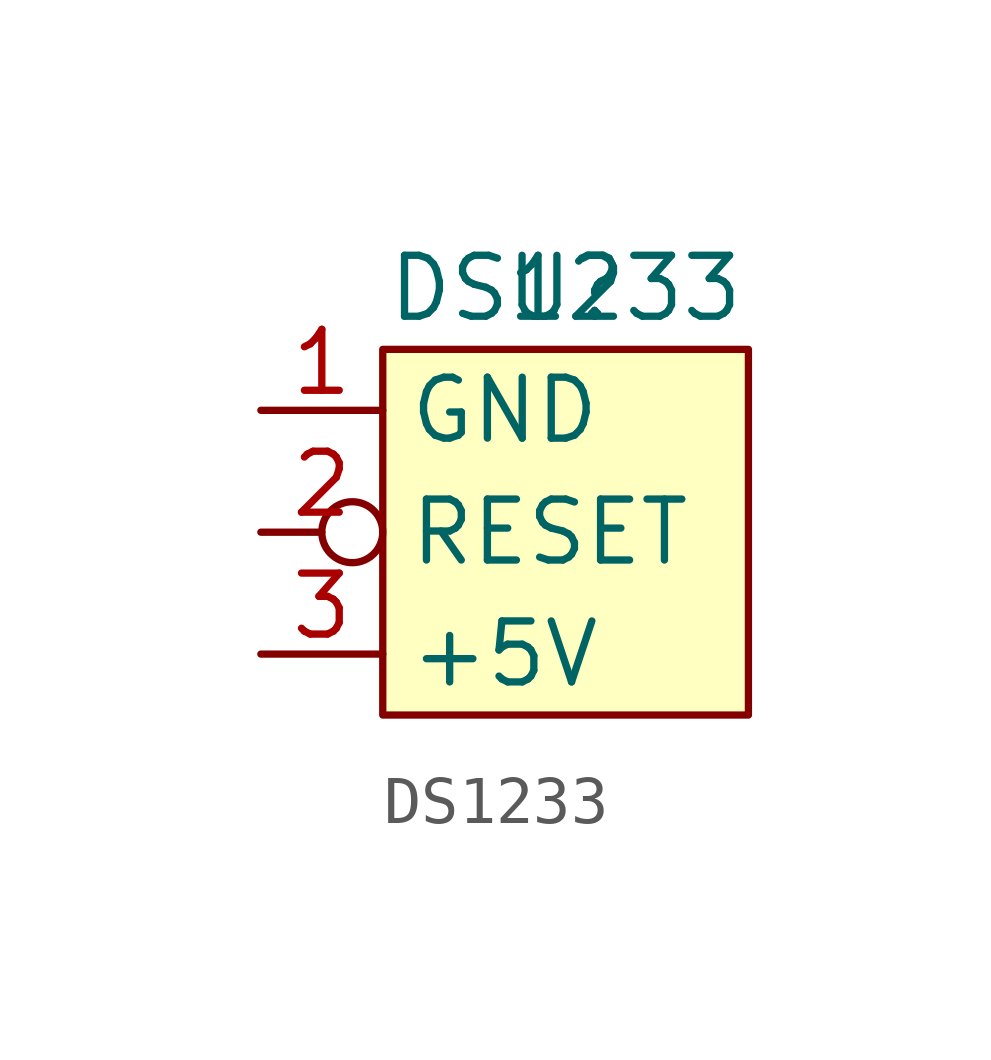
<source format=kicad_sym>
(kicad_symbol_lib
  (version 20241209)
  (generator "kicad_symbol_editor")
  (generator_version "9.0")
  (symbol "DS1233"
    (property "Reference" "U"
      (at 0 0 0)
      (effects (font (size 1.27 1.27))))
    (property "Value" "DS1233"
      (at 0 0 0)
      (effects (font (size 1.27 1.27))))
    (symbol "DS1233_1_1"
      (rectangle (start -3.81 -1.27) (end 3.81 -8.89) (stroke (width 0) (type solid)) (fill (type background)))
      (pin power_in line (at -6.35 -2.54 0) (length 2.54) (name "GND" (effects (font (size 1.27 1.27)))) (number "1" (effects (font (size 1.27 1.27)))))
      (pin output inverted (at -6.35 -5.08 0) (length 2.54) (name "RESET" (effects (font (size 1.27 1.27)))) (number "2" (effects (font (size 1.27 1.27)))))
      (pin power_in line (at -6.35 -7.62 0) (length 2.54) (name "+5V" (effects (font (size 1.27 1.27)))) (number "3" (effects (font (size 1.27 1.27))))))))
</source>
